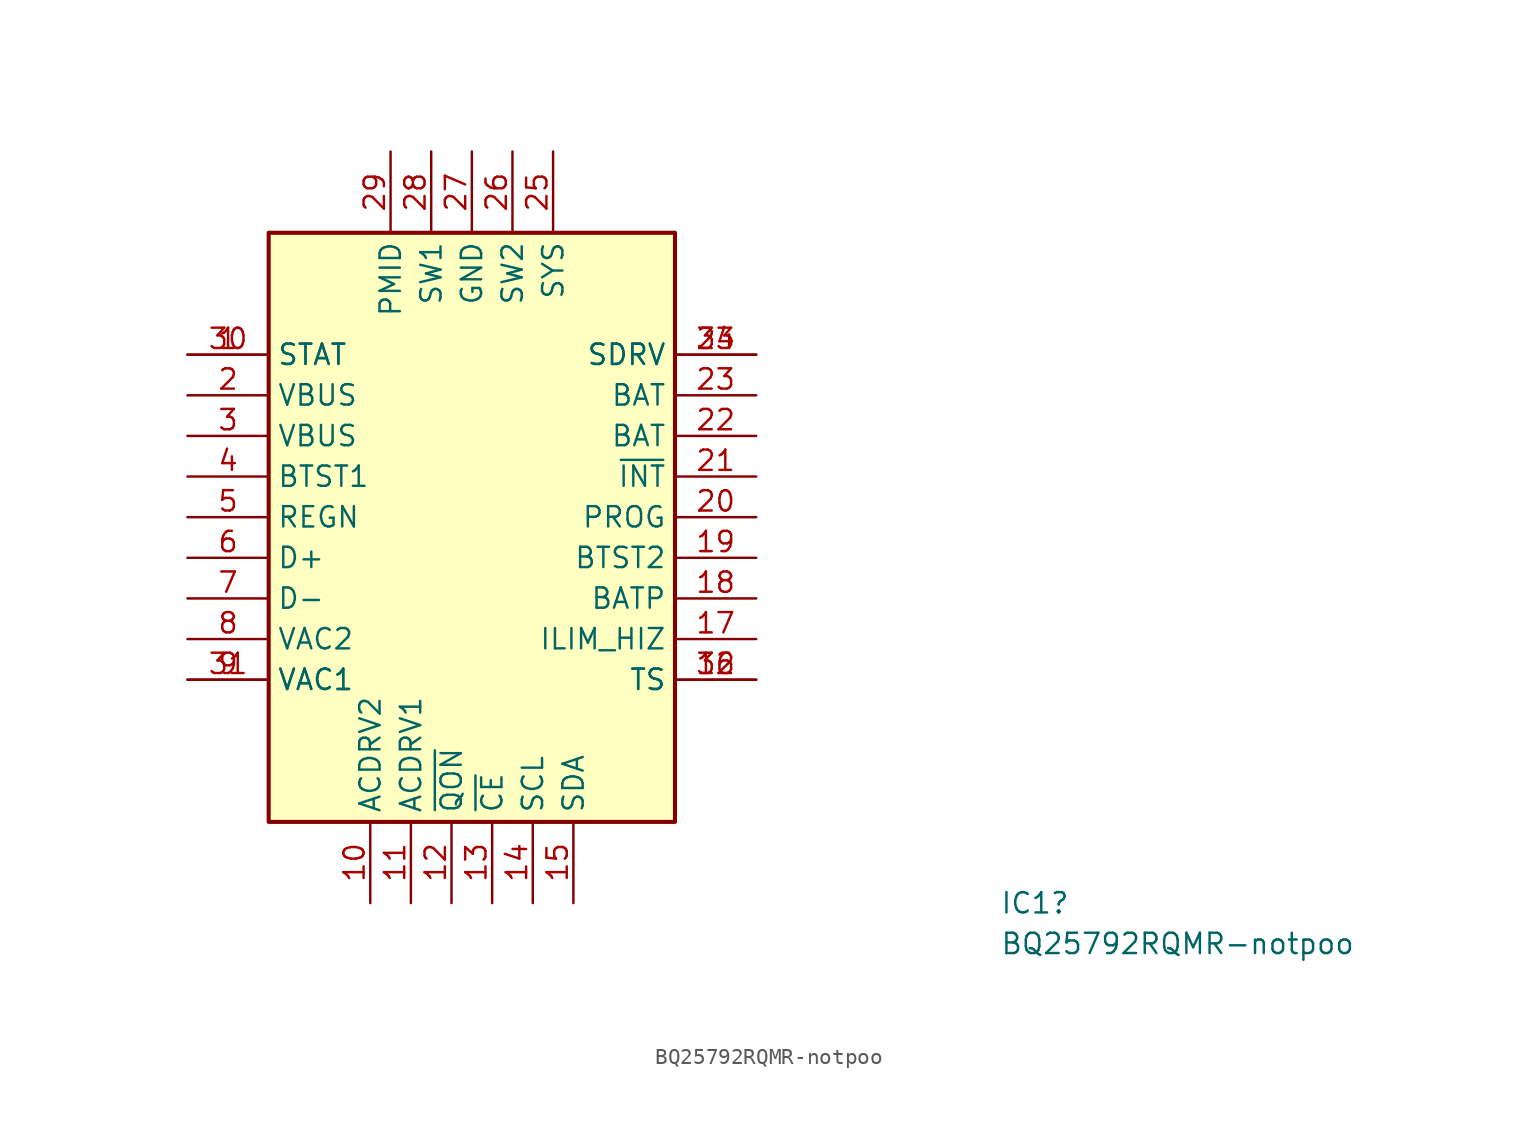
<source format=kicad_sym>
(kicad_symbol_lib
  (version 20211014)
  (generator kicad_symbol_editor)
  (symbol "BQ25792RQMR-notpoo"
    (property "Reference" "IC1"
      (at 33.02 -24.13 0)
      (effects (font (size 1.27 1.27)) (justify left)))
    (property "Value" "BQ25792RQMR-notpoo"
      (at 33.02 -26.67 0)
      (effects (font (size 1.27 1.27)) (justify left)))
    (symbol "BQ25792RQMR-notpoo_1_1"
      (rectangle (start -12.7 17.78) (end 12.7 -19.05) (stroke (width 0.254) (type default) (color 0 0 0 0)) (fill (type background)))
      (pin passive line (at -17.78 10.16 0) (length 5.08) (name "STAT" (effects (font (size 1.27 1.27)))) (number "1" (effects (font (size 1.27 1.27)))))
      (pin passive line (at -6.35 -24.13 90) (length 5.08) (name "ACDRV2" (effects (font (size 1.27 1.27)))) (number "10" (effects (font (size 1.27 1.27)))))
      (pin passive line (at -3.81 -24.13 90) (length 5.08) (name "ACDRV1" (effects (font (size 1.27 1.27)))) (number "11" (effects (font (size 1.27 1.27)))))
      (pin passive line (at -1.27 -24.13 90) (length 5.08) (name "~{QON}" (effects (font (size 1.27 1.27)))) (number "12" (effects (font (size 1.27 1.27)))))
      (pin passive line (at 1.27 -24.13 90) (length 5.08) (name "~{CE}" (effects (font (size 1.27 1.27)))) (number "13" (effects (font (size 1.27 1.27)))))
      (pin passive line (at 3.81 -24.13 90) (length 5.08) (name "SCL" (effects (font (size 1.27 1.27)))) (number "14" (effects (font (size 1.27 1.27)))))
      (pin passive line (at 6.35 -24.13 90) (length 5.08) (name "SDA" (effects (font (size 1.27 1.27)))) (number "15" (effects (font (size 1.27 1.27)))))
      (pin passive line (at 17.78 -10.16 180) (length 5.08) (name "TS" (effects (font (size 1.27 1.27)))) (number "16" (effects (font (size 1.27 1.27)))))
      (pin passive line (at 17.78 -7.62 180) (length 5.08) (name "ILIM_HIZ" (effects (font (size 1.27 1.27)))) (number "17" (effects (font (size 1.27 1.27)))))
      (pin passive line (at 17.78 -5.08 180) (length 5.08) (name "BATP" (effects (font (size 1.27 1.27)))) (number "18" (effects (font (size 1.27 1.27)))))
      (pin passive line (at 17.78 -2.54 180) (length 5.08) (name "BTST2" (effects (font (size 1.27 1.27)))) (number "19" (effects (font (size 1.27 1.27)))))
      (pin passive line (at -17.78 7.62 0) (length 5.08) (name "VBUS" (effects (font (size 1.27 1.27)))) (number "2" (effects (font (size 1.27 1.27)))))
      (pin passive line (at 17.78 0 180) (length 5.08) (name "PROG" (effects (font (size 1.27 1.27)))) (number "20" (effects (font (size 1.27 1.27)))))
      (pin passive line (at 17.78 2.54 180) (length 5.08) (name "~{INT}" (effects (font (size 1.27 1.27)))) (number "21" (effects (font (size 1.27 1.27)))))
      (pin passive line (at 17.78 5.08 180) (length 5.08) (name "BAT" (effects (font (size 1.27 1.27)))) (number "22" (effects (font (size 1.27 1.27)))))
      (pin passive line (at 17.78 7.62 180) (length 5.08) (name "BAT" (effects (font (size 1.27 1.27)))) (number "23" (effects (font (size 1.27 1.27)))))
      (pin passive line (at 17.78 10.16 180) (length 5.08) (name "SDRV" (effects (font (size 1.27 1.27)))) (number "24" (effects (font (size 1.27 1.27)))))
      (pin passive line (at 5.08 22.86 270) (length 5.08) (name "SYS" (effects (font (size 1.27 1.27)))) (number "25" (effects (font (size 1.27 1.27)))))
      (pin passive line (at 2.54 22.86 270) (length 5.08) (name "SW2" (effects (font (size 1.27 1.27)))) (number "26" (effects (font (size 1.27 1.27)))))
      (pin passive line (at 0 22.86 270) (length 5.08) (name "GND" (effects (font (size 1.27 1.27)))) (number "27" (effects (font (size 1.27 1.27)))))
      (pin passive line (at -2.54 22.86 270) (length 5.08) (name "SW1" (effects (font (size 1.27 1.27)))) (number "28" (effects (font (size 1.27 1.27)))))
      (pin passive line (at -5.08 22.86 270) (length 5.08) (name "PMID" (effects (font (size 1.27 1.27)))) (number "29" (effects (font (size 1.27 1.27)))))
      (pin passive line (at -17.78 5.08 0) (length 5.08) (name "VBUS" (effects (font (size 1.27 1.27)))) (number "3" (effects (font (size 1.27 1.27)))))
      (pin passive line (at -17.78 10.16 0) (length 5.08) (name "STAT" (effects (font (size 1.27 1.27)))) (number "30" (effects (font (size 1.27 1.27)))))
      (pin passive line (at -17.78 -10.16 0) (length 5.08) (name "VAC1" (effects (font (size 1.27 1.27)))) (number "31" (effects (font (size 1.27 1.27)))))
      (pin passive line (at 17.78 -10.16 180) (length 5.08) (name "TS" (effects (font (size 1.27 1.27)))) (number "32" (effects (font (size 1.27 1.27)))))
      (pin passive line (at 17.78 10.16 180) (length 5.08) (name "SDRV" (effects (font (size 1.27 1.27)))) (number "33" (effects (font (size 1.27 1.27)))))
      (pin passive line (at -17.78 2.54 0) (length 5.08) (name "BTST1" (effects (font (size 1.27 1.27)))) (number "4" (effects (font (size 1.27 1.27)))))
      (pin passive line (at -17.78 0 0) (length 5.08) (name "REGN" (effects (font (size 1.27 1.27)))) (number "5" (effects (font (size 1.27 1.27)))))
      (pin passive line (at -17.78 -2.54 0) (length 5.08) (name "D+" (effects (font (size 1.27 1.27)))) (number "6" (effects (font (size 1.27 1.27)))))
      (pin passive line (at -17.78 -5.08 0) (length 5.08) (name "D-" (effects (font (size 1.27 1.27)))) (number "7" (effects (font (size 1.27 1.27)))))
      (pin passive line (at -17.78 -7.62 0) (length 5.08) (name "VAC2" (effects (font (size 1.27 1.27)))) (number "8" (effects (font (size 1.27 1.27)))))
      (pin passive line (at -17.78 -10.16 0) (length 5.08) (name "VAC1" (effects (font (size 1.27 1.27)))) (number "9" (effects (font (size 1.27 1.27))))))))
</source>
